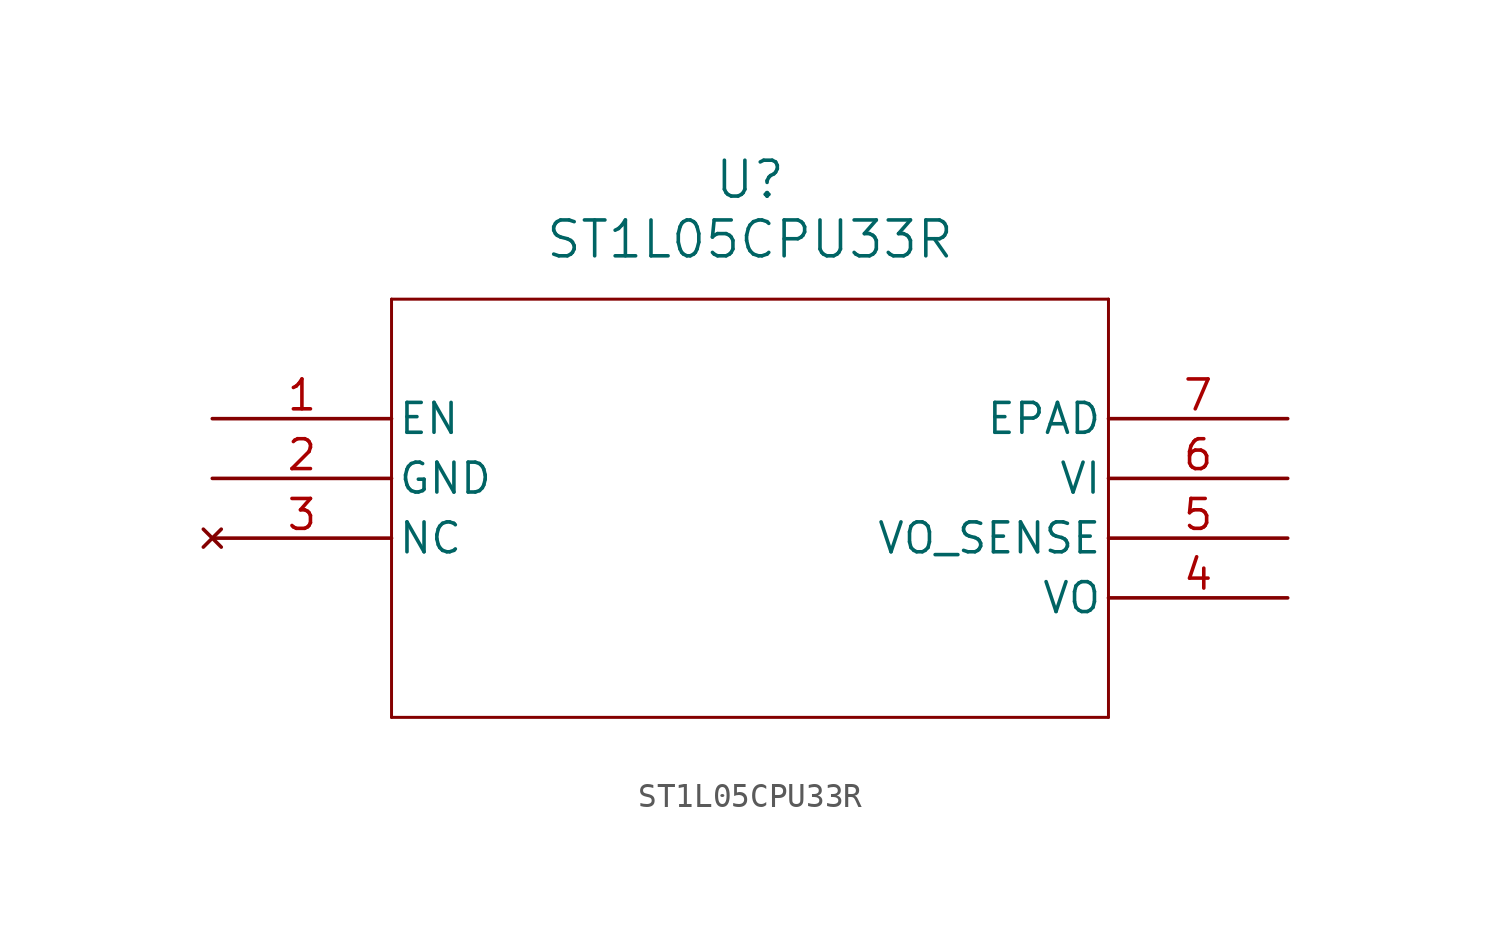
<source format=kicad_sym>
(kicad_symbol_lib
  (version 20211014)
  (generator kicad_symbol_editor)
  (symbol "ST1L05CPU33R"
    (pin_names
      (offset 0.254))
    (property "Reference" "U"
      (at 22.86 10.16 0)
      (effects (font (size 1.524 1.524))))
    (property "Value" "ST1L05CPU33R"
      (at 22.86 7.62 0)
      (effects (font (size 1.524 1.524))))
    (symbol "ST1L05CPU33R_0_1"
      (polyline (pts (xy 7.62 5.08) (xy 7.62 -12.7)) (stroke (width 0.127) (type default) (color 0 0 0 0)) (fill (type none)))
      (polyline (pts (xy 7.62 -12.7) (xy 38.1 -12.7)) (stroke (width 0.127) (type default) (color 0 0 0 0)) (fill (type none)))
      (polyline (pts (xy 38.1 -12.7) (xy 38.1 5.08)) (stroke (width 0.127) (type default) (color 0 0 0 0)) (fill (type none)))
      (polyline (pts (xy 38.1 5.08) (xy 7.62 5.08)) (stroke (width 0.127) (type default) (color 0 0 0 0)) (fill (type none)))
      (pin unspecified line (at 0 0 0) (length 7.62) (name "EN" (effects (font (size 1.27 1.27)))) (number "1" (effects (font (size 1.27 1.27)))))
      (pin power_in line (at 0 -2.54 0) (length 7.62) (name "GND" (effects (font (size 1.27 1.27)))) (number "2" (effects (font (size 1.27 1.27)))))
      (pin no_connect line (at 0 -5.08 0) (length 7.62) (name "NC" (effects (font (size 1.27 1.27)))) (number "3" (effects (font (size 1.27 1.27)))))
      (pin output line (at 45.72 -7.62 180) (length 7.62) (name "VO" (effects (font (size 1.27 1.27)))) (number "4" (effects (font (size 1.27 1.27)))))
      (pin unspecified line (at 45.72 -5.08 180) (length 7.62) (name "VO_SENSE" (effects (font (size 1.27 1.27)))) (number "5" (effects (font (size 1.27 1.27)))))
      (pin input line (at 45.72 -2.54 180) (length 7.62) (name "VI" (effects (font (size 1.27 1.27)))) (number "6" (effects (font (size 1.27 1.27)))))
      (pin unspecified line (at 45.72 0 180) (length 7.62) (name "EPAD" (effects (font (size 1.27 1.27)))) (number "7" (effects (font (size 1.27 1.27))))))))
</source>
